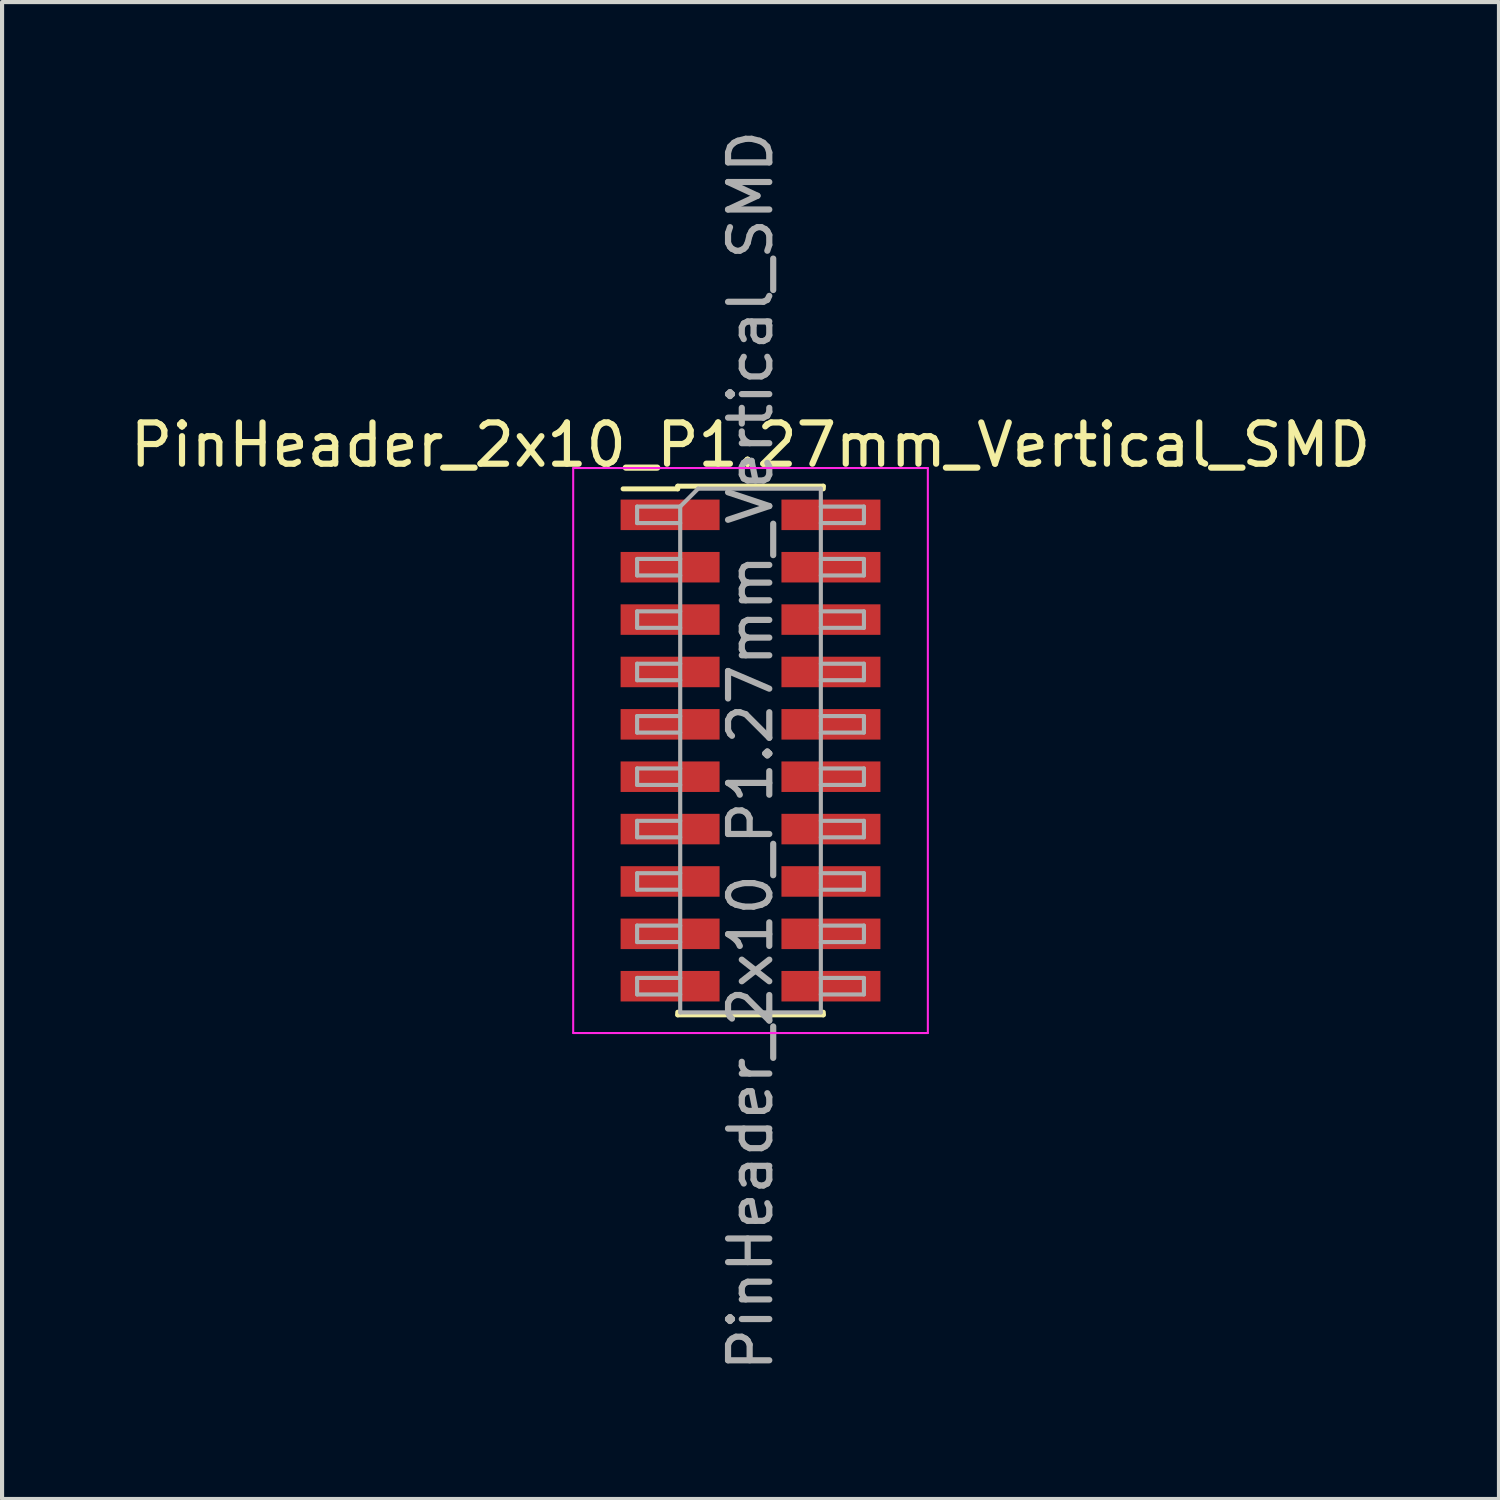
<source format=kicad_pcb>
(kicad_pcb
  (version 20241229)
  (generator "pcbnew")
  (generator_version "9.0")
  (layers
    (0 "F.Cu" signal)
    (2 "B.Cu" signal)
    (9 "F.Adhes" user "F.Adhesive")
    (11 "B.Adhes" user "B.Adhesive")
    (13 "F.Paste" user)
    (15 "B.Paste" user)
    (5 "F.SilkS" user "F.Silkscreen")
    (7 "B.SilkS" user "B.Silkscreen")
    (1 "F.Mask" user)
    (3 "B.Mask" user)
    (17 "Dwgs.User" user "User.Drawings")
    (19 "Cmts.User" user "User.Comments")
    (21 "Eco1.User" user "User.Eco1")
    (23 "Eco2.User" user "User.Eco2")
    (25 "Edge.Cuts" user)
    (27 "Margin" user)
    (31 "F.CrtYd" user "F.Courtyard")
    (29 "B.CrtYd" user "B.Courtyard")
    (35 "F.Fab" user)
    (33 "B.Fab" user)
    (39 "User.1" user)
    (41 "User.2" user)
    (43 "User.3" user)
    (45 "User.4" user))
  (footprint "PinHeader_2x10_P1.27mm_Vertical_SMD"
    (layer "F.Cu")
    (at 15.149 15.149)
    (property "Reference" "PinHeader_2x10_P1.27mm_Vertical_SMD" (at 0 -7.41 0) (layer "F.SilkS") (effects (font (size 1 1) (thickness 0.15))))
    (attr smd)
    (fp_line (start -3.09 -6.345) (end -1.765 -6.345) (stroke (width 0.12) (type solid)) (layer "F.SilkS"))
    (fp_line (start -1.765 -6.41) (end -1.765 -6.345) (stroke (width 0.12) (type solid)) (layer "F.SilkS"))
    (fp_line (start -1.765 -6.41) (end 1.765 -6.41) (stroke (width 0.12) (type solid)) (layer "F.SilkS"))
    (fp_line (start -1.765 6.345) (end -1.765 6.41) (stroke (width 0.12) (type solid)) (layer "F.SilkS"))
    (fp_line (start -1.765 6.41) (end 1.765 6.41) (stroke (width 0.12) (type solid)) (layer "F.SilkS"))
    (fp_line (start 1.765 -6.41) (end 1.765 -6.345) (stroke (width 0.12) (type solid)) (layer "F.SilkS"))
    (fp_line (start 1.765 6.345) (end 1.765 6.41) (stroke (width 0.12) (type solid)) (layer "F.SilkS"))
    (fp_line (start -4.3 -6.85) (end -4.3 6.85) (stroke (width 0.05) (type solid)) (layer "F.CrtYd"))
    (fp_line (start -4.3 6.85) (end 4.3 6.85) (stroke (width 0.05) (type solid)) (layer "F.CrtYd"))
    (fp_line (start 4.3 -6.85) (end -4.3 -6.85) (stroke (width 0.05) (type solid)) (layer "F.CrtYd"))
    (fp_line (start 4.3 6.85) (end 4.3 -6.85) (stroke (width 0.05) (type solid)) (layer "F.CrtYd"))
    (fp_line (start -2.75 -5.915) (end -2.75 -5.515) (stroke (width 0.1) (type solid)) (layer "F.Fab"))
    (fp_line (start -2.75 -5.515) (end -1.705 -5.515) (stroke (width 0.1) (type solid)) (layer "F.Fab"))
    (fp_line (start -2.75 -4.645) (end -2.75 -4.245) (stroke (width 0.1) (type solid)) (layer "F.Fab"))
    (fp_line (start -2.75 -4.245) (end -1.705 -4.245) (stroke (width 0.1) (type solid)) (layer "F.Fab"))
    (fp_line (start -2.75 -3.375) (end -2.75 -2.975) (stroke (width 0.1) (type solid)) (layer "F.Fab"))
    (fp_line (start -2.75 -2.975) (end -1.705 -2.975) (stroke (width 0.1) (type solid)) (layer "F.Fab"))
    (fp_line (start -2.75 -2.105) (end -2.75 -1.705) (stroke (width 0.1) (type solid)) (layer "F.Fab"))
    (fp_line (start -2.75 -1.705) (end -1.705 -1.705) (stroke (width 0.1) (type solid)) (layer "F.Fab"))
    (fp_line (start -2.75 -0.835) (end -2.75 -0.435) (stroke (width 0.1) (type solid)) (layer "F.Fab"))
    (fp_line (start -2.75 -0.435) (end -1.705 -0.435) (stroke (width 0.1) (type solid)) (layer "F.Fab"))
    (fp_line (start -2.75 0.435) (end -2.75 0.835) (stroke (width 0.1) (type solid)) (layer "F.Fab"))
    (fp_line (start -2.75 0.835) (end -1.705 0.835) (stroke (width 0.1) (type solid)) (layer "F.Fab"))
    (fp_line (start -2.75 1.705) (end -2.75 2.105) (stroke (width 0.1) (type solid)) (layer "F.Fab"))
    (fp_line (start -2.75 2.105) (end -1.705 2.105) (stroke (width 0.1) (type solid)) (layer "F.Fab"))
    (fp_line (start -2.75 2.975) (end -2.75 3.375) (stroke (width 0.1) (type solid)) (layer "F.Fab"))
    (fp_line (start -2.75 3.375) (end -1.705 3.375) (stroke (width 0.1) (type solid)) (layer "F.Fab"))
    (fp_line (start -2.75 4.245) (end -2.75 4.645) (stroke (width 0.1) (type solid)) (layer "F.Fab"))
    (fp_line (start -2.75 4.645) (end -1.705 4.645) (stroke (width 0.1) (type solid)) (layer "F.Fab"))
    (fp_line (start -2.75 5.515) (end -2.75 5.915) (stroke (width 0.1) (type solid)) (layer "F.Fab"))
    (fp_line (start -2.75 5.915) (end -1.705 5.915) (stroke (width 0.1) (type solid)) (layer "F.Fab"))
    (fp_line (start -1.705 -5.915) (end -2.75 -5.915) (stroke (width 0.1) (type solid)) (layer "F.Fab"))
    (fp_line (start -1.705 -5.915) (end -1.27 -6.35) (stroke (width 0.1) (type solid)) (layer "F.Fab"))
    (fp_line (start -1.705 -4.645) (end -2.75 -4.645) (stroke (width 0.1) (type solid)) (layer "F.Fab"))
    (fp_line (start -1.705 -3.375) (end -2.75 -3.375) (stroke (width 0.1) (type solid)) (layer "F.Fab"))
    (fp_line (start -1.705 -2.105) (end -2.75 -2.105) (stroke (width 0.1) (type solid)) (layer "F.Fab"))
    (fp_line (start -1.705 -0.835) (end -2.75 -0.835) (stroke (width 0.1) (type solid)) (layer "F.Fab"))
    (fp_line (start -1.705 0.435) (end -2.75 0.435) (stroke (width 0.1) (type solid)) (layer "F.Fab"))
    (fp_line (start -1.705 1.705) (end -2.75 1.705) (stroke (width 0.1) (type solid)) (layer "F.Fab"))
    (fp_line (start -1.705 2.975) (end -2.75 2.975) (stroke (width 0.1) (type solid)) (layer "F.Fab"))
    (fp_line (start -1.705 4.245) (end -2.75 4.245) (stroke (width 0.1) (type solid)) (layer "F.Fab"))
    (fp_line (start -1.705 5.515) (end -2.75 5.515) (stroke (width 0.1) (type solid)) (layer "F.Fab"))
    (fp_line (start -1.705 6.35) (end -1.705 -5.915) (stroke (width 0.1) (type solid)) (layer "F.Fab"))
    (fp_line (start -1.27 -6.35) (end 1.705 -6.35) (stroke (width 0.1) (type solid)) (layer "F.Fab"))
    (fp_line (start 1.705 -6.35) (end 1.705 6.35) (stroke (width 0.1) (type solid)) (layer "F.Fab"))
    (fp_line (start 1.705 -5.915) (end 2.75 -5.915) (stroke (width 0.1) (type solid)) (layer "F.Fab"))
    (fp_line (start 1.705 -4.645) (end 2.75 -4.645) (stroke (width 0.1) (type solid)) (layer "F.Fab"))
    (fp_line (start 1.705 -3.375) (end 2.75 -3.375) (stroke (width 0.1) (type solid)) (layer "F.Fab"))
    (fp_line (start 1.705 -2.105) (end 2.75 -2.105) (stroke (width 0.1) (type solid)) (layer "F.Fab"))
    (fp_line (start 1.705 -0.835) (end 2.75 -0.835) (stroke (width 0.1) (type solid)) (layer "F.Fab"))
    (fp_line (start 1.705 0.435) (end 2.75 0.435) (stroke (width 0.1) (type solid)) (layer "F.Fab"))
    (fp_line (start 1.705 1.705) (end 2.75 1.705) (stroke (width 0.1) (type solid)) (layer "F.Fab"))
    (fp_line (start 1.705 2.975) (end 2.75 2.975) (stroke (width 0.1) (type solid)) (layer "F.Fab"))
    (fp_line (start 1.705 4.245) (end 2.75 4.245) (stroke (width 0.1) (type solid)) (layer "F.Fab"))
    (fp_line (start 1.705 5.515) (end 2.75 5.515) (stroke (width 0.1) (type solid)) (layer "F.Fab"))
    (fp_line (start 1.705 6.35) (end -1.705 6.35) (stroke (width 0.1) (type solid)) (layer "F.Fab"))
    (fp_line (start 2.75 -5.915) (end 2.75 -5.515) (stroke (width 0.1) (type solid)) (layer "F.Fab"))
    (fp_line (start 2.75 -5.515) (end 1.705 -5.515) (stroke (width 0.1) (type solid)) (layer "F.Fab"))
    (fp_line (start 2.75 -4.645) (end 2.75 -4.245) (stroke (width 0.1) (type solid)) (layer "F.Fab"))
    (fp_line (start 2.75 -4.245) (end 1.705 -4.245) (stroke (width 0.1) (type solid)) (layer "F.Fab"))
    (fp_line (start 2.75 -3.375) (end 2.75 -2.975) (stroke (width 0.1) (type solid)) (layer "F.Fab"))
    (fp_line (start 2.75 -2.975) (end 1.705 -2.975) (stroke (width 0.1) (type solid)) (layer "F.Fab"))
    (fp_line (start 2.75 -2.105) (end 2.75 -1.705) (stroke (width 0.1) (type solid)) (layer "F.Fab"))
    (fp_line (start 2.75 -1.705) (end 1.705 -1.705) (stroke (width 0.1) (type solid)) (layer "F.Fab"))
    (fp_line (start 2.75 -0.835) (end 2.75 -0.435) (stroke (width 0.1) (type solid)) (layer "F.Fab"))
    (fp_line (start 2.75 -0.435) (end 1.705 -0.435) (stroke (width 0.1) (type solid)) (layer "F.Fab"))
    (fp_line (start 2.75 0.435) (end 2.75 0.835) (stroke (width 0.1) (type solid)) (layer "F.Fab"))
    (fp_line (start 2.75 0.835) (end 1.705 0.835) (stroke (width 0.1) (type solid)) (layer "F.Fab"))
    (fp_line (start 2.75 1.705) (end 2.75 2.105) (stroke (width 0.1) (type solid)) (layer "F.Fab"))
    (fp_line (start 2.75 2.105) (end 1.705 2.105) (stroke (width 0.1) (type solid)) (layer "F.Fab"))
    (fp_line (start 2.75 2.975) (end 2.75 3.375) (stroke (width 0.1) (type solid)) (layer "F.Fab"))
    (fp_line (start 2.75 3.375) (end 1.705 3.375) (stroke (width 0.1) (type solid)) (layer "F.Fab"))
    (fp_line (start 2.75 4.245) (end 2.75 4.645) (stroke (width 0.1) (type solid)) (layer "F.Fab"))
    (fp_line (start 2.75 4.645) (end 1.705 4.645) (stroke (width 0.1) (type solid)) (layer "F.Fab"))
    (fp_line (start 2.75 5.515) (end 2.75 5.915) (stroke (width 0.1) (type solid)) (layer "F.Fab"))
    (fp_line (start 2.75 5.915) (end 1.705 5.915) (stroke (width 0.1) (type solid)) (layer "F.Fab"))
    (fp_text user "${REFERENCE}" (at 0 0 90) (layer "F.Fab") (effects (font (size 1 1) (thickness 0.15))))
    (pad "1" smd rect (at -1.95 -5.715) (size 2.4 0.74) (layers "F.Cu" "F.Mask" "F.Paste"))
    (pad "2" smd rect (at 1.95 -5.715) (size 2.4 0.74) (layers "F.Cu" "F.Mask" "F.Paste"))
    (pad "3" smd rect (at -1.95 -4.445) (size 2.4 0.74) (layers "F.Cu" "F.Mask" "F.Paste"))
    (pad "4" smd rect (at 1.95 -4.445) (size 2.4 0.74) (layers "F.Cu" "F.Mask" "F.Paste"))
    (pad "5" smd rect (at -1.95 -3.175) (size 2.4 0.74) (layers "F.Cu" "F.Mask" "F.Paste"))
    (pad "6" smd rect (at 1.95 -3.175) (size 2.4 0.74) (layers "F.Cu" "F.Mask" "F.Paste"))
    (pad "7" smd rect (at -1.95 -1.905) (size 2.4 0.74) (layers "F.Cu" "F.Mask" "F.Paste"))
    (pad "8" smd rect (at 1.95 -1.905) (size 2.4 0.74) (layers "F.Cu" "F.Mask" "F.Paste"))
    (pad "9" smd rect (at -1.95 -0.635) (size 2.4 0.74) (layers "F.Cu" "F.Mask" "F.Paste"))
    (pad "10" smd rect (at 1.95 -0.635) (size 2.4 0.74) (layers "F.Cu" "F.Mask" "F.Paste"))
    (pad "11" smd rect (at -1.95 0.635) (size 2.4 0.74) (layers "F.Cu" "F.Mask" "F.Paste"))
    (pad "12" smd rect (at 1.95 0.635) (size 2.4 0.74) (layers "F.Cu" "F.Mask" "F.Paste"))
    (pad "13" smd rect (at -1.95 1.905) (size 2.4 0.74) (layers "F.Cu" "F.Mask" "F.Paste"))
    (pad "14" smd rect (at 1.95 1.905) (size 2.4 0.74) (layers "F.Cu" "F.Mask" "F.Paste"))
    (pad "15" smd rect (at -1.95 3.175) (size 2.4 0.74) (layers "F.Cu" "F.Mask" "F.Paste"))
    (pad "16" smd rect (at 1.95 3.175) (size 2.4 0.74) (layers "F.Cu" "F.Mask" "F.Paste"))
    (pad "17" smd rect (at -1.95 4.445) (size 2.4 0.74) (layers "F.Cu" "F.Mask" "F.Paste"))
    (pad "18" smd rect (at 1.95 4.445) (size 2.4 0.74) (layers "F.Cu" "F.Mask" "F.Paste"))
    (pad "19" smd rect (at -1.95 5.715) (size 2.4 0.74) (layers "F.Cu" "F.Mask" "F.Paste"))
    (pad "20" smd rect (at 1.95 5.715) (size 2.4 0.74) (layers "F.Cu" "F.Mask" "F.Paste")))
  (gr_rect
    (start -3 -3)
    (end 33.298 33.298)
    (stroke (width 0.1) (type default))
    (fill no)
    (layer "Edge.Cuts")))
</source>
